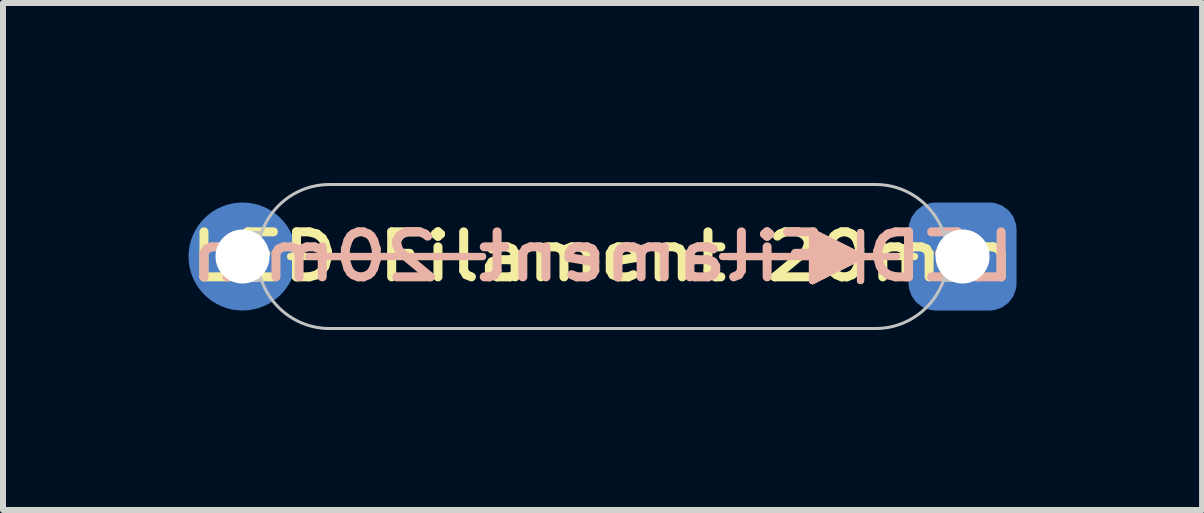
<source format=kicad_pcb>
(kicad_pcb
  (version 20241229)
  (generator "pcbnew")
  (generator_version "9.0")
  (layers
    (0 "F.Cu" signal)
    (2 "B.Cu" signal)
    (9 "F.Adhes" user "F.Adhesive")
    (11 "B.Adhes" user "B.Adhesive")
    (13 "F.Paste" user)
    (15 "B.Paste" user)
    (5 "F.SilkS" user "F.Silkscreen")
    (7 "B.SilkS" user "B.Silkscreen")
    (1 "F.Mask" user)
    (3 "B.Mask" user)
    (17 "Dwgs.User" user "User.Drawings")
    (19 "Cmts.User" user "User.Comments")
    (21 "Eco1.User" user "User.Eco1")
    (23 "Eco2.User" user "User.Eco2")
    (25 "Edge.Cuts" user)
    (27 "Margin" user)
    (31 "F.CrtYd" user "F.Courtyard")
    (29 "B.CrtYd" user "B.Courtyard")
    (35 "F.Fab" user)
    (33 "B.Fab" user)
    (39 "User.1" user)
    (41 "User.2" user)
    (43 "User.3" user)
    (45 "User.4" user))
  (footprint "LED Filament 20mm"
    (layer "F.Cu")
    (at 6.992 1.225)
    (property "Reference" "LED Filament 20mm" (at 0 0 0) (unlocked yes) (layer "F.SilkS") (effects (font (size 0.75 0.9) (thickness 0.15))))
    (fp_line (start -5.2 0) (end -2 0) (stroke (width 0.12) (type solid)) (layer "F.SilkS"))
    (fp_line (start 2.1 0) (end 5.2 0) (stroke (width 0.12) (type solid)) (layer "F.SilkS"))
    (fp_line (start 3.5 -0.4) (end 3.5 0.4) (stroke (width 0.12) (type solid)) (layer "F.SilkS"))
    (fp_line (start 3.5 -0.4) (end 3.9 0) (stroke (width 0.12) (type solid)) (layer "F.SilkS"))
    (fp_line (start 3.5 -0.4) (end 4.1 0) (stroke (width 0.12) (type solid)) (layer "F.SilkS"))
    (fp_line (start 3.5 -0.2) (end 3.7 0.1) (stroke (width 0.12) (type solid)) (layer "F.SilkS"))
    (fp_line (start 3.5 0.2) (end 3.9 0.1) (stroke (width 0.12) (type solid)) (layer "F.SilkS"))
    (fp_line (start 3.5 0.4) (end 3.7 -0.2) (stroke (width 0.12) (type solid)) (layer "F.SilkS"))
    (fp_line (start 3.5 0.4) (end 3.7 -0.15) (stroke (width 0.12) (type solid)) (layer "F.SilkS"))
    (fp_line (start 3.5 0.4) (end 4.3 0) (stroke (width 0.12) (type solid)) (layer "F.SilkS"))
    (fp_line (start 3.7 -0.15) (end 3.5 -0.2) (stroke (width 0.12) (type solid)) (layer "F.SilkS"))
    (fp_line (start 3.9 0) (end 3.5 0.2) (stroke (width 0.12) (type solid)) (layer "F.SilkS"))
    (fp_line (start 3.9 0.1) (end 3.5 -0.4) (stroke (width 0.12) (type solid)) (layer "F.SilkS"))
    (fp_line (start 3.9 0.1) (end 3.5 0.4) (stroke (width 0.12) (type solid)) (layer "F.SilkS"))
    (fp_line (start 4.1 0) (end 3.5 0.4) (stroke (width 0.12) (type solid)) (layer "F.SilkS"))
    (fp_line (start 4.3 -0.4) (end 4.3 0.4) (stroke (width 0.12) (type solid)) (layer "F.SilkS"))
    (fp_line (start 4.3 0) (end 3.5 -0.4) (stroke (width 0.12) (type solid)) (layer "F.SilkS"))
    (fp_line (start -2 0) (end -4.9 0) (stroke (width 0.12) (type solid)) (layer "B.SilkS"))
    (fp_line (start 2 0) (end 4.9 0) (stroke (width 0.12) (type solid)) (layer "B.SilkS"))
    (fp_line (start 3.5 -0.4) (end 3.7 0.15) (stroke (width 0.12) (type solid)) (layer "B.SilkS"))
    (fp_line (start 3.5 -0.4) (end 3.7 0.2) (stroke (width 0.12) (type solid)) (layer "B.SilkS"))
    (fp_line (start 3.5 -0.4) (end 4.3 0) (stroke (width 0.12) (type solid)) (layer "B.SilkS"))
    (fp_line (start 3.5 -0.2) (end 3.9 -0.1) (stroke (width 0.12) (type solid)) (layer "B.SilkS"))
    (fp_line (start 3.5 0.2) (end 3.7 -0.1) (stroke (width 0.12) (type solid)) (layer "B.SilkS"))
    (fp_line (start 3.5 0.4) (end 3.5 -0.4) (stroke (width 0.12) (type solid)) (layer "B.SilkS"))
    (fp_line (start 3.5 0.4) (end 3.9 0) (stroke (width 0.12) (type solid)) (layer "B.SilkS"))
    (fp_line (start 3.5 0.4) (end 4.1 0) (stroke (width 0.12) (type solid)) (layer "B.SilkS"))
    (fp_line (start 3.7 0.15) (end 3.5 0.2) (stroke (width 0.12) (type solid)) (layer "B.SilkS"))
    (fp_line (start 3.9 -0.1) (end 3.5 -0.4) (stroke (width 0.12) (type solid)) (layer "B.SilkS"))
    (fp_line (start 3.9 -0.1) (end 3.5 0.4) (stroke (width 0.12) (type solid)) (layer "B.SilkS"))
    (fp_line (start 3.9 0) (end 3.5 -0.2) (stroke (width 0.12) (type solid)) (layer "B.SilkS"))
    (fp_line (start 4.1 0) (end 3.5 -0.4) (stroke (width 0.12) (type solid)) (layer "B.SilkS"))
    (fp_line (start 4.3 0) (end 3.5 0.4) (stroke (width 0.12) (type solid)) (layer "B.SilkS"))
    (fp_line (start 4.3 0.4) (end 4.3 -0.4) (stroke (width 0.12) (type solid)) (layer "B.SilkS"))
    (fp_line (start -6 0.4) (end -6 -0.4) (stroke (width 0.05) (type solid)) (layer "Dwgs.User"))
    (fp_line (start -5.73 -0.4) (end -6 -0.4) (stroke (width 0.05) (type solid)) (layer "Dwgs.User"))
    (fp_line (start -5.73 0.4) (end -6 0.4) (stroke (width 0.05) (type solid)) (layer "Dwgs.User"))
    (fp_line (start -4.55 1.2) (end 4.55 1.2) (stroke (width 0.05) (type solid)) (layer "Dwgs.User"))
    (fp_line (start 4.55 -1.2) (end -4.55 -1.2) (stroke (width 0.05) (type solid)) (layer "Dwgs.User"))
    (fp_line (start 5.7 -0.4) (end 6 -0.4) (stroke (width 0.05) (type solid)) (layer "Dwgs.User"))
    (fp_line (start 5.7 0.4) (end 6 0.4) (stroke (width 0.05) (type solid)) (layer "Dwgs.User"))
    (fp_line (start 6 -0.4) (end 6 0.4) (stroke (width 0.05) (type solid)) (layer "Dwgs.User"))
    (fp_arc (start -4.55 1.2) (mid -5.75 0) (end -4.55 -1.2) (stroke (width 0.05) (type solid)) (layer "Dwgs.User"))
    (fp_arc (start 4.55 -1.2) (mid 5.75 0) (end 4.55 1.2) (stroke (width 0.05) (type solid)) (layer "Dwgs.User"))
    (fp_text user "${REFERENCE}" (at 0 0 0) (unlocked yes) (layer "B.SilkS") (effects (font (size 0.75 0.9) (thickness 0.15)) (justify mirror)))
    (pad "1" thru_hole roundrect (at 6 0 90) (size 1.2 1.2) (drill 0.9) (layers "*.Cu" "*.Mask") (remove_unused_layers yes) (keep_end_layers yes) (zone_layer_connections) (roundrect_rratio 0.25))
    (pad "1" smd roundrect (at 6 0 90) (size 1.8 1.8) (layers "B.Cu" "B.Mask") (roundrect_rratio 0.25))
    (pad "2" thru_hole circle (at -6 0 90) (size 1.2 1.2) (drill 0.9) (layers "*.Cu" "*.Mask") (remove_unused_layers yes) (keep_end_layers yes) (zone_layer_connections))
    (pad "2" smd circle (at -6 0 90) (size 1.8 1.8) (layers "B.Cu" "B.Mask")))
  (gr_rect
    (start -3 -3)
    (end 16.984 5.45)
    (stroke (width 0.1) (type default))
    (fill no)
    (layer "Edge.Cuts")))
</source>
